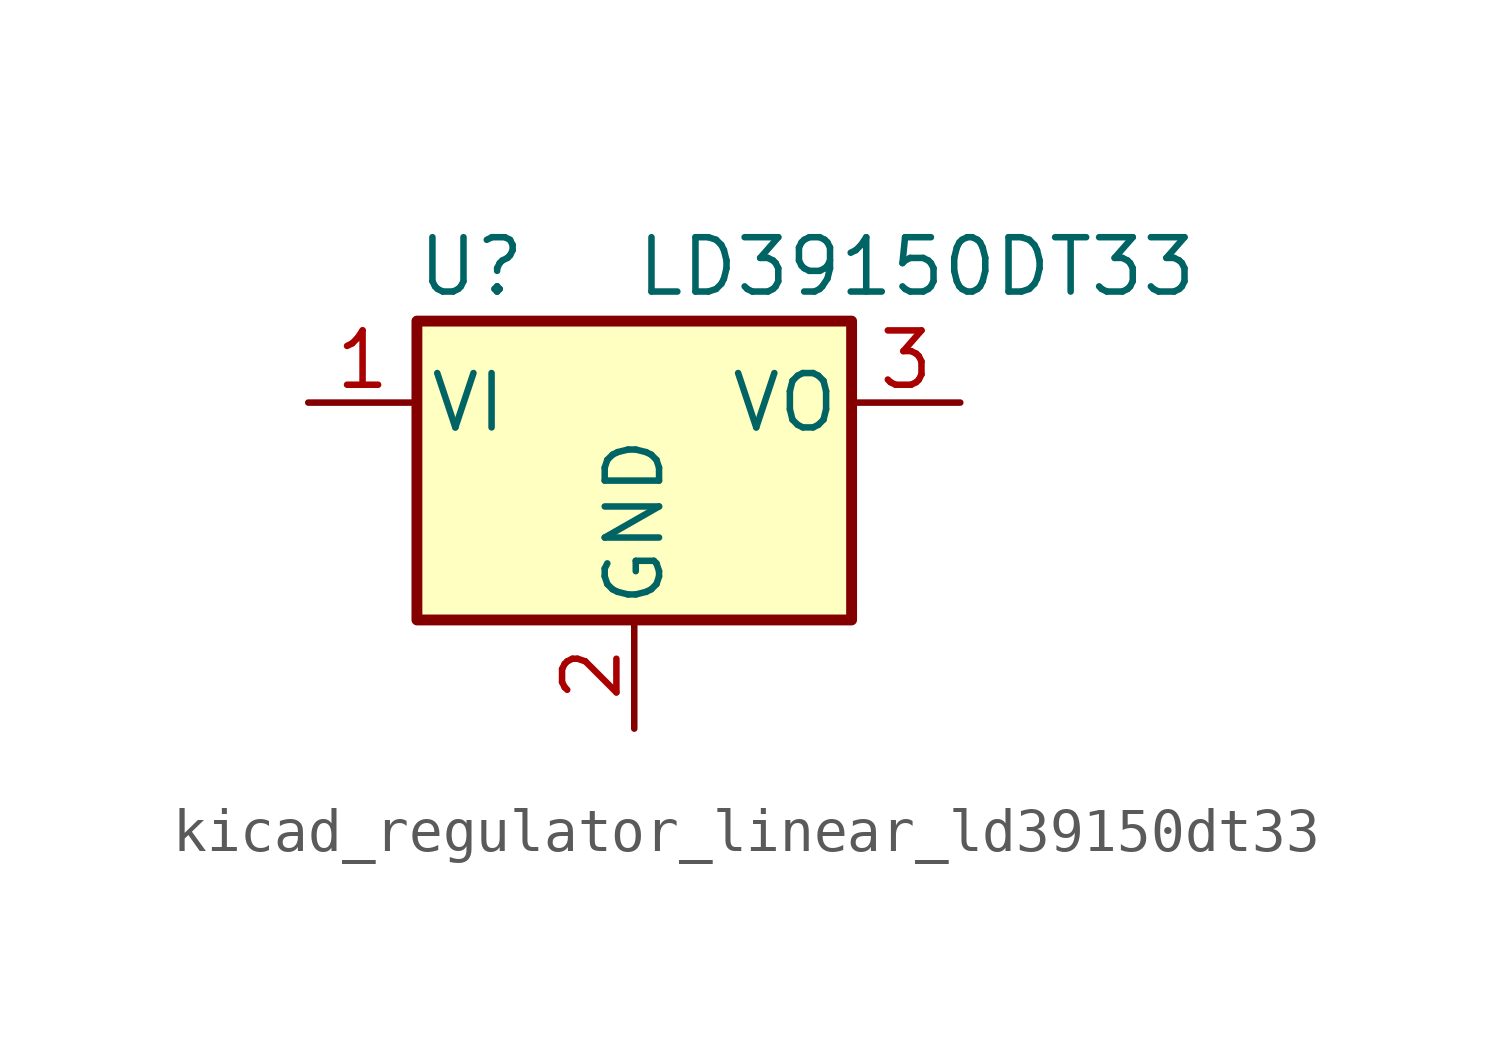
<source format=kicad_sym>
(kicad_symbol_lib
  (version 20220914)
  (generator kicad_symbol_editor)
  (symbol "kicad_regulator_linear_ld39150dt33"
    (pin_names
      (offset 0.254))
    (property "Reference" "U"
      (at -3.81 3.175 0)
      (effects (font (size 1.27 1.27))))
    (property "Value" "LD39150DT33"
      (at 0 3.175 0)
      (effects (font (size 1.27 1.27)) (justify left)))
    (symbol "kicad_regulator_linear_ld39150dt33_0_1"
      (rectangle (start -5.08 -5.08) (end 5.08 1.905) (stroke (width 0.254) (type default)) (fill (type background))))
    (symbol "kicad_regulator_linear_ld39150dt33_1_1"
      (pin power_in line (at -7.62 0 0) (length 2.54) (name "VI" (effects (font (size 1.27 1.27)))) (number "1" (effects (font (size 1.27 1.27)))))
      (pin power_in line (at 0 -7.62 90) (length 2.54) (name "GND" (effects (font (size 1.27 1.27)))) (number "2" (effects (font (size 1.27 1.27)))))
      (pin power_out line (at 7.62 0 180) (length 2.54) (name "VO" (effects (font (size 1.27 1.27)))) (number "3" (effects (font (size 1.27 1.27))))))))
</source>
